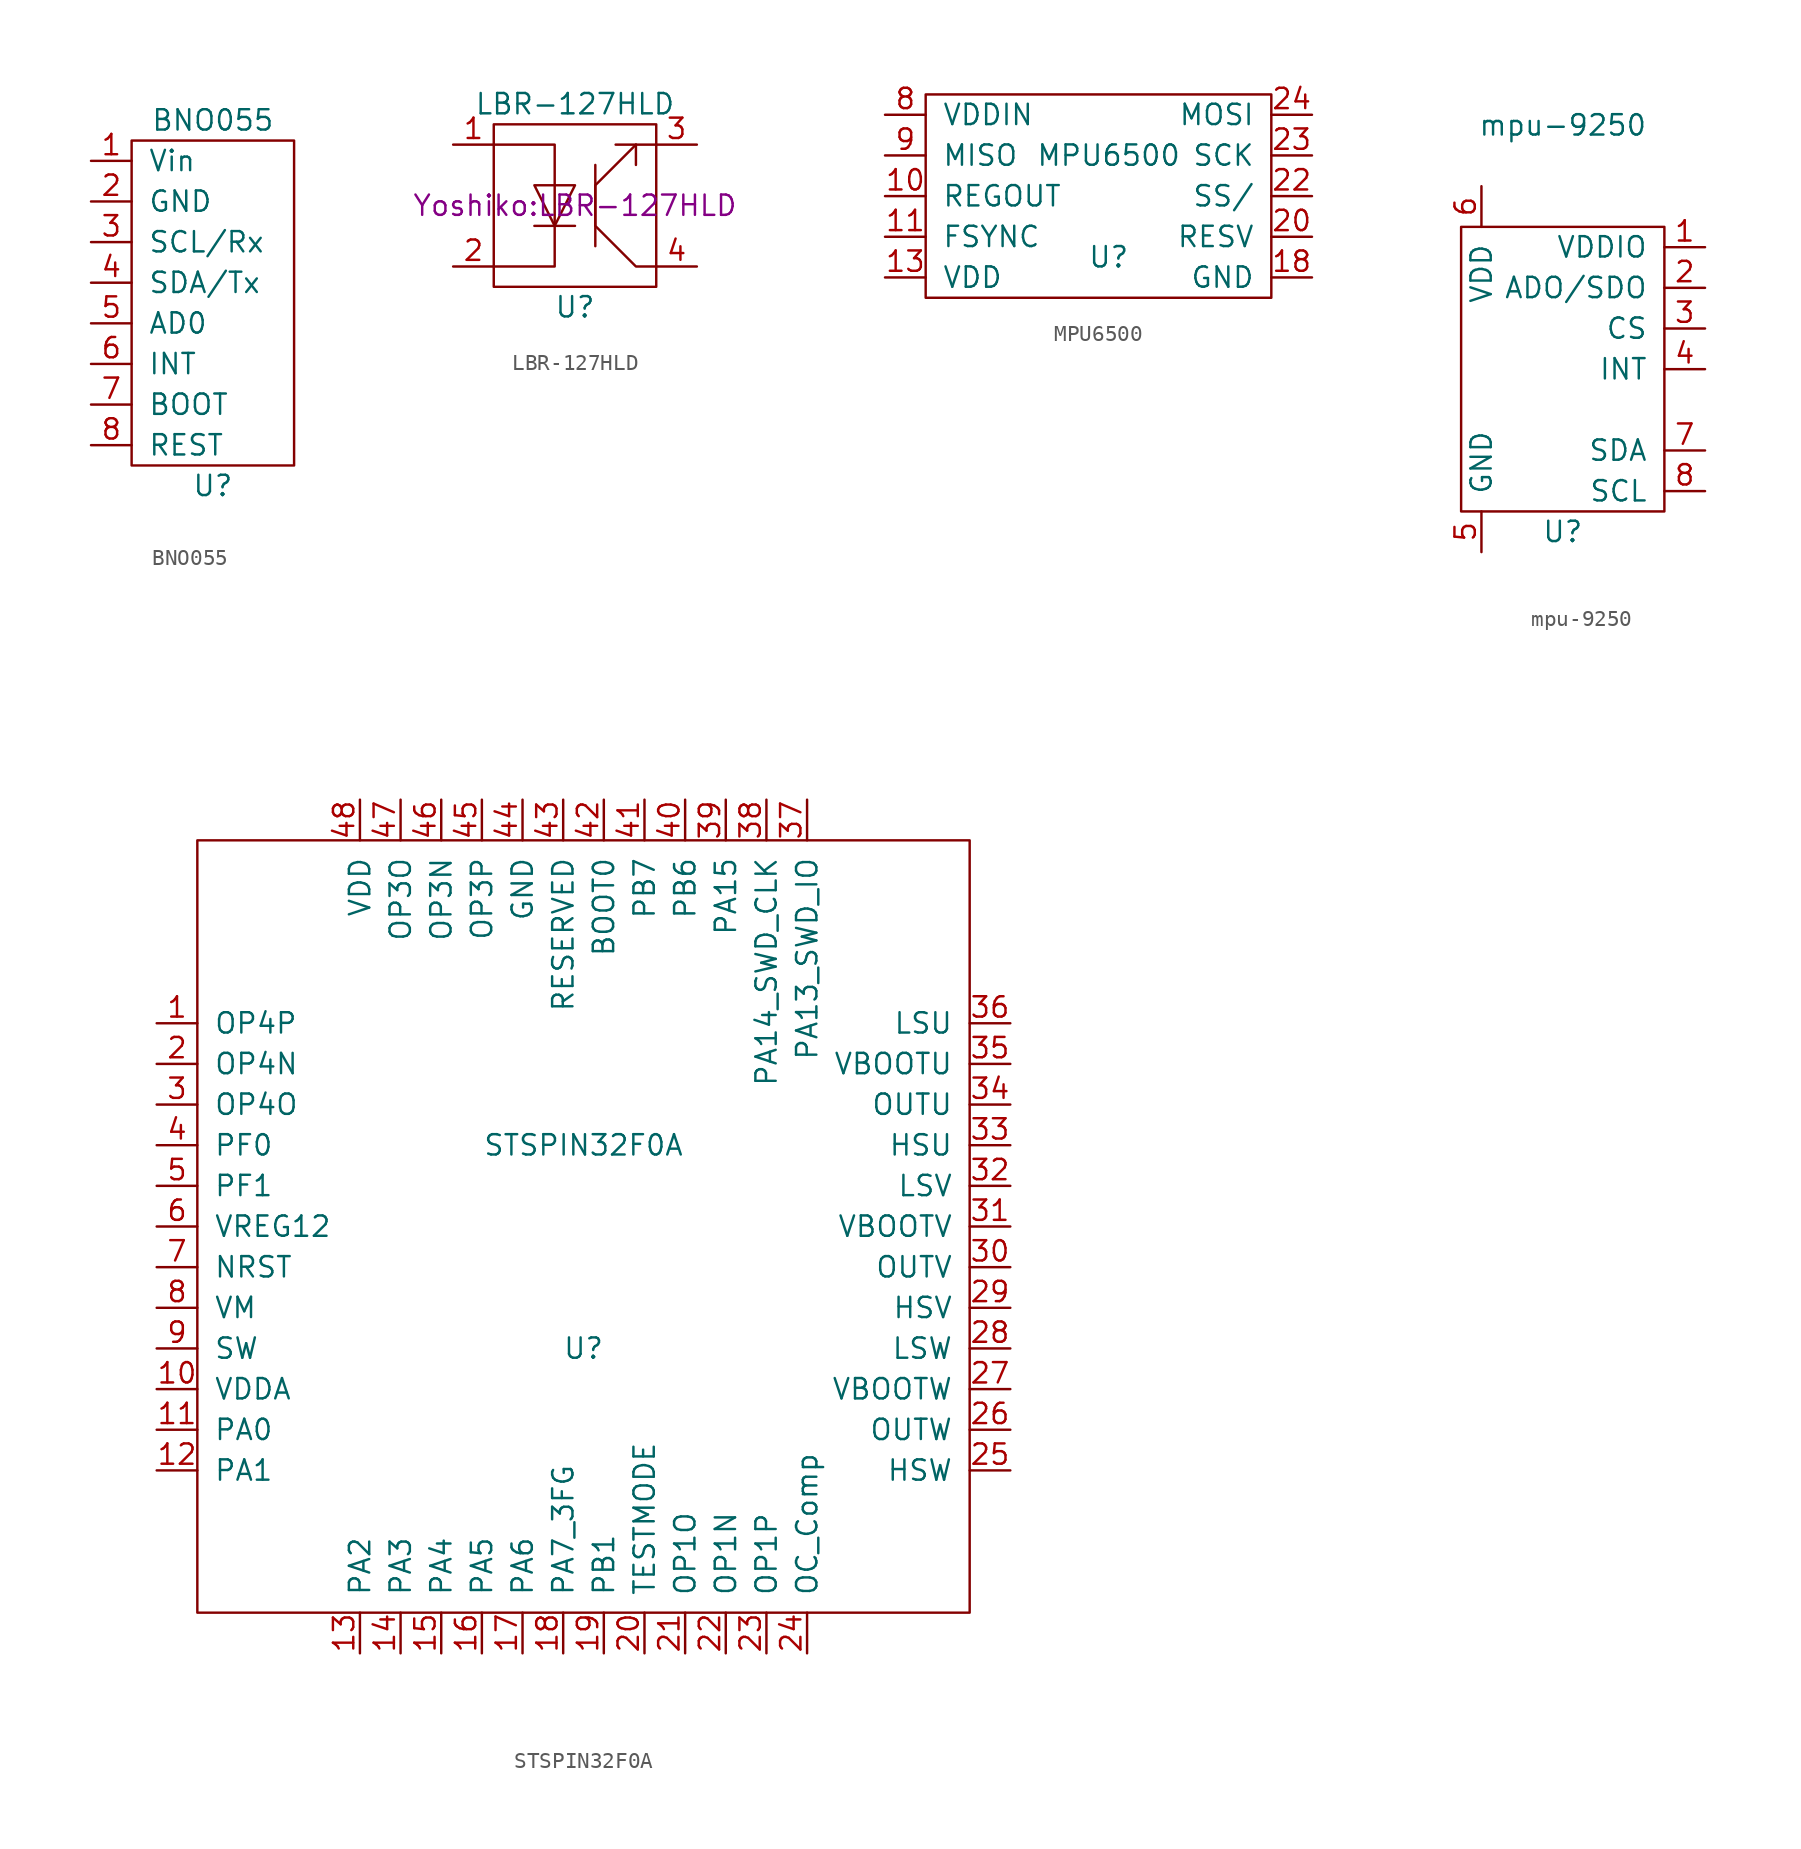
<source format=kicad_sym>
(kicad_symbol_lib
  (version 20211014)
  (generator kicad_symbol_editor)
  (symbol "BNO055"
    (pin_names
      (offset 1.016))
    (property "Reference" "U"
      (at 0 -11.43 0)
      (effects (font (size 1.27 1.27))))
    (property "Value" "BNO055"
      (at 0 11.43 0)
      (effects (font (size 1.27 1.27))))
    (symbol "BNO055_0_1"
      (rectangle (start -5.08 10.16) (end 5.08 -10.16) (stroke (width 0) (type default) (color 0 0 0 0)) (fill (type none))))
    (symbol "BNO055_1_1"
      (pin input line (at -7.62 8.89 0) (length 2.54) (name "Vin" (effects (font (size 1.27 1.27)))) (number "1" (effects (font (size 1.27 1.27)))))
      (pin input line (at -7.62 6.35 0) (length 2.54) (name "GND" (effects (font (size 1.27 1.27)))) (number "2" (effects (font (size 1.27 1.27)))))
      (pin input line (at -7.62 3.81 0) (length 2.54) (name "SCL/Rx" (effects (font (size 1.27 1.27)))) (number "3" (effects (font (size 1.27 1.27)))))
      (pin input line (at -7.62 1.27 0) (length 2.54) (name "SDA/Tx" (effects (font (size 1.27 1.27)))) (number "4" (effects (font (size 1.27 1.27)))))
      (pin input line (at -7.62 -1.27 0) (length 2.54) (name "AD0" (effects (font (size 1.27 1.27)))) (number "5" (effects (font (size 1.27 1.27)))))
      (pin input line (at -7.62 -3.81 0) (length 2.54) (name "INT" (effects (font (size 1.27 1.27)))) (number "6" (effects (font (size 1.27 1.27)))))
      (pin input line (at -7.62 -6.35 0) (length 2.54) (name "BOOT" (effects (font (size 1.27 1.27)))) (number "7" (effects (font (size 1.27 1.27)))))
      (pin input line (at -7.62 -8.89 0) (length 2.54) (name "REST" (effects (font (size 1.27 1.27)))) (number "8" (effects (font (size 1.27 1.27)))))))
  (symbol "LBR-127HLD"
    (pin_names
      (offset 1.016))
    (property "Reference" "U"
      (at 0 -6.35 0)
      (effects (font (size 1.27 1.27))))
    (property "Value" "LBR-127HLD"
      (at 0 6.35 0)
      (effects (font (size 1.27 1.27))))
    (property "Footprint" "Yoshiko:LBR-127HLD"
      (at 0 0 0)
      (effects (font (size 1.27 1.27))))
    (symbol "LBR-127HLD_0_1"
      (rectangle (start -5.08 5.08) (end 5.08 -5.08) (stroke (width 0) (type default) (color 0 0 0 0)) (fill (type none)))
      (polyline (pts (xy -2.54 -1.27) (xy 0 -1.27)) (stroke (width 0) (type default) (color 0 0 0 0)) (fill (type none)))
      (polyline (pts (xy 1.27 2.54) (xy 1.27 -2.54)) (stroke (width 0) (type default) (color 0 0 0 0)) (fill (type none)))
      (polyline (pts (xy 2.54 3.81) (xy 3.81 3.81)) (stroke (width 0) (type default) (color 0 0 0 0)) (fill (type none)))
      (polyline (pts (xy 3.81 3.81) (xy 3.81 2.54)) (stroke (width 0) (type default) (color 0 0 0 0)) (fill (type none)))
      (polyline (pts (xy -5.08 3.81) (xy -1.27 3.81) (xy -1.27 -3.81) (xy -5.08 -3.81)) (stroke (width 0) (type default) (color 0 0 0 0)) (fill (type none)))
      (polyline (pts (xy -2.54 1.27) (xy 0 1.27) (xy -1.27 -1.27) (xy -2.54 1.27) (xy -1.27 -1.27)) (stroke (width 0) (type default) (color 0 0 0 0)) (fill (type none)))
      (polyline (pts (xy 5.08 3.81) (xy 3.81 3.81) (xy 1.27 1.27) (xy 1.27 -1.27) (xy 3.81 -3.81) (xy 5.08 -3.81)) (stroke (width 0) (type default) (color 0 0 0 0)) (fill (type none))))
    (symbol "LBR-127HLD_1_1"
      (pin input line (at -7.62 3.81 0) (length 2.54) (name "~" (effects (font (size 1.27 1.27)))) (number "1" (effects (font (size 1.27 1.27)))))
      (pin input line (at -7.62 -3.81 0) (length 2.54) (name "~" (effects (font (size 1.27 1.27)))) (number "2" (effects (font (size 1.27 1.27)))))
      (pin input line (at 7.62 3.81 180) (length 2.54) (name "~" (effects (font (size 1.27 1.27)))) (number "3" (effects (font (size 1.27 1.27)))))
      (pin input line (at 7.62 -3.81 180) (length 2.54) (name "~" (effects (font (size 1.27 1.27)))) (number "4" (effects (font (size 1.27 1.27)))))))
  (symbol "MPU6500"
    (pin_names
      (offset 1.016))
    (property "Reference" "U"
      (at 0 -3.81 0)
      (effects (font (size 1.27 1.27))))
    (property "Value" "MPU6500"
      (at 0 2.54 0)
      (effects (font (size 1.27 1.27))))
    (symbol "MPU6500_0_1"
      (rectangle (start 10.16 6.35) (end -11.43 -6.35) (stroke (width 0) (type default) (color 0 0 0 0)) (fill (type none))))
    (symbol "MPU6500_1_1"
      (pin input line (at -13.97 0 0) (length 2.54) (name "REGOUT" (effects (font (size 1.27 1.27)))) (number "10" (effects (font (size 1.27 1.27)))))
      (pin input line (at -13.97 -2.54 0) (length 2.54) (name "FSYNC" (effects (font (size 1.27 1.27)))) (number "11" (effects (font (size 1.27 1.27)))))
      (pin input line (at -13.97 -5.08 0) (length 2.54) (name "VDD" (effects (font (size 1.27 1.27)))) (number "13" (effects (font (size 1.27 1.27)))))
      (pin input line (at 12.7 -5.08 180) (length 2.54) (name "GND" (effects (font (size 1.27 1.27)))) (number "18" (effects (font (size 1.27 1.27)))))
      (pin input line (at 12.7 -2.54 180) (length 2.54) (name "RESV" (effects (font (size 1.27 1.27)))) (number "20" (effects (font (size 1.27 1.27)))))
      (pin input line (at 12.7 0 180) (length 2.54) (name "SS/" (effects (font (size 1.27 1.27)))) (number "22" (effects (font (size 1.27 1.27)))))
      (pin input line (at 12.7 2.54 180) (length 2.54) (name "SCK" (effects (font (size 1.27 1.27)))) (number "23" (effects (font (size 1.27 1.27)))))
      (pin input line (at 12.7 5.08 180) (length 2.54) (name "MOSI" (effects (font (size 1.27 1.27)))) (number "24" (effects (font (size 1.27 1.27)))))
      (pin input line (at -13.97 5.08 0) (length 2.54) (name "VDDIN" (effects (font (size 1.27 1.27)))) (number "8" (effects (font (size 1.27 1.27)))))
      (pin input line (at -13.97 2.54 0) (length 2.54) (name "MISO" (effects (font (size 1.27 1.27)))) (number "9" (effects (font (size 1.27 1.27)))))))
  (symbol "mpu-9250"
    (pin_names
      (offset 1.016))
    (property "Reference" "U"
      (at 0 -10.16 0)
      (effects (font (size 1.27 1.27))))
    (property "Value" "mpu-9250"
      (at 0 15.24 0)
      (effects (font (size 1.27 1.27))))
    (symbol "mpu-9250_0_1"
      (rectangle (start -6.35 -8.89) (end 6.35 8.89) (stroke (width 0) (type default) (color 0 0 0 0)) (fill (type none))))
    (symbol "mpu-9250_1_1"
      (pin input line (at 8.89 7.62 180) (length 2.54) (name "VDDIO" (effects (font (size 1.27 1.27)))) (number "1" (effects (font (size 1.27 1.27)))))
      (pin input line (at 8.89 5.08 180) (length 2.54) (name "ADO/SDO" (effects (font (size 1.27 1.27)))) (number "2" (effects (font (size 1.27 1.27)))))
      (pin input line (at 8.89 2.54 180) (length 2.54) (name "CS" (effects (font (size 1.27 1.27)))) (number "3" (effects (font (size 1.27 1.27)))))
      (pin input line (at 8.89 0 180) (length 2.54) (name "INT" (effects (font (size 1.27 1.27)))) (number "4" (effects (font (size 1.27 1.27)))))
      (pin input line (at -5.08 -11.43 90) (length 2.54) (name "GND" (effects (font (size 1.27 1.27)))) (number "5" (effects (font (size 1.27 1.27)))))
      (pin input line (at -5.08 11.43 270) (length 2.54) (name "VDD" (effects (font (size 1.27 1.27)))) (number "6" (effects (font (size 1.27 1.27)))))
      (pin input line (at 8.89 -5.08 180) (length 2.54) (name "SDA" (effects (font (size 1.27 1.27)))) (number "7" (effects (font (size 1.27 1.27)))))
      (pin input line (at 8.89 -7.62 180) (length 2.54) (name "SCL" (effects (font (size 1.27 1.27)))) (number "8" (effects (font (size 1.27 1.27)))))))
  (symbol "STSPIN32F0A"
    (pin_names
      (offset 1.016))
    (property "Reference" "U"
      (at 0 -6.35 0)
      (effects (font (size 1.27 1.27))))
    (property "Value" "STSPIN32F0A"
      (at 0 6.35 0)
      (effects (font (size 1.27 1.27))))
    (symbol "STSPIN32F0A_0_1"
      (rectangle (start -24.13 25.4) (end 24.13 -22.86) (stroke (width 0) (type default) (color 0 0 0 0)) (fill (type none))))
    (symbol "STSPIN32F0A_1_1"
      (pin input line (at -26.67 13.97 0) (length 2.54) (name "OP4P" (effects (font (size 1.27 1.27)))) (number "1" (effects (font (size 1.27 1.27)))))
      (pin input line (at -26.67 -8.89 0) (length 2.54) (name "VDDA" (effects (font (size 1.27 1.27)))) (number "10" (effects (font (size 1.27 1.27)))))
      (pin input line (at -26.67 -11.43 0) (length 2.54) (name "PA0" (effects (font (size 1.27 1.27)))) (number "11" (effects (font (size 1.27 1.27)))))
      (pin input line (at -26.67 -13.97 0) (length 2.54) (name "PA1" (effects (font (size 1.27 1.27)))) (number "12" (effects (font (size 1.27 1.27)))))
      (pin input line (at -13.97 -25.4 90) (length 2.54) (name "PA2" (effects (font (size 1.27 1.27)))) (number "13" (effects (font (size 1.27 1.27)))))
      (pin input line (at -11.43 -25.4 90) (length 2.54) (name "PA3" (effects (font (size 1.27 1.27)))) (number "14" (effects (font (size 1.27 1.27)))))
      (pin input line (at -8.89 -25.4 90) (length 2.54) (name "PA4" (effects (font (size 1.27 1.27)))) (number "15" (effects (font (size 1.27 1.27)))))
      (pin input line (at -6.35 -25.4 90) (length 2.54) (name "PA5" (effects (font (size 1.27 1.27)))) (number "16" (effects (font (size 1.27 1.27)))))
      (pin input line (at -3.81 -25.4 90) (length 2.54) (name "PA6" (effects (font (size 1.27 1.27)))) (number "17" (effects (font (size 1.27 1.27)))))
      (pin input line (at -1.27 -25.4 90) (length 2.54) (name "PA7_3FG" (effects (font (size 1.27 1.27)))) (number "18" (effects (font (size 1.27 1.27)))))
      (pin input line (at 1.27 -25.4 90) (length 2.54) (name "PB1" (effects (font (size 1.27 1.27)))) (number "19" (effects (font (size 1.27 1.27)))))
      (pin input line (at -26.67 11.43 0) (length 2.54) (name "OP4N" (effects (font (size 1.27 1.27)))) (number "2" (effects (font (size 1.27 1.27)))))
      (pin input line (at 3.81 -25.4 90) (length 2.54) (name "TESTMODE" (effects (font (size 1.27 1.27)))) (number "20" (effects (font (size 1.27 1.27)))))
      (pin input line (at 6.35 -25.4 90) (length 2.54) (name "OP1O" (effects (font (size 1.27 1.27)))) (number "21" (effects (font (size 1.27 1.27)))))
      (pin input line (at 8.89 -25.4 90) (length 2.54) (name "OP1N" (effects (font (size 1.27 1.27)))) (number "22" (effects (font (size 1.27 1.27)))))
      (pin input line (at 11.43 -25.4 90) (length 2.54) (name "OP1P" (effects (font (size 1.27 1.27)))) (number "23" (effects (font (size 1.27 1.27)))))
      (pin input line (at 13.97 -25.4 90) (length 2.54) (name "OC_Comp" (effects (font (size 1.27 1.27)))) (number "24" (effects (font (size 1.27 1.27)))))
      (pin input line (at 26.67 -13.97 180) (length 2.54) (name "HSW" (effects (font (size 1.27 1.27)))) (number "25" (effects (font (size 1.27 1.27)))))
      (pin input line (at 26.67 -11.43 180) (length 2.54) (name "OUTW" (effects (font (size 1.27 1.27)))) (number "26" (effects (font (size 1.27 1.27)))))
      (pin input line (at 26.67 -8.89 180) (length 2.54) (name "VBOOTW" (effects (font (size 1.27 1.27)))) (number "27" (effects (font (size 1.27 1.27)))))
      (pin input line (at 26.67 -6.35 180) (length 2.54) (name "LSW" (effects (font (size 1.27 1.27)))) (number "28" (effects (font (size 1.27 1.27)))))
      (pin input line (at 26.67 -3.81 180) (length 2.54) (name "HSV" (effects (font (size 1.27 1.27)))) (number "29" (effects (font (size 1.27 1.27)))))
      (pin input line (at -26.67 8.89 0) (length 2.54) (name "OP4O" (effects (font (size 1.27 1.27)))) (number "3" (effects (font (size 1.27 1.27)))))
      (pin input line (at 26.67 -1.27 180) (length 2.54) (name "OUTV" (effects (font (size 1.27 1.27)))) (number "30" (effects (font (size 1.27 1.27)))))
      (pin input line (at 26.67 1.27 180) (length 2.54) (name "VBOOTV" (effects (font (size 1.27 1.27)))) (number "31" (effects (font (size 1.27 1.27)))))
      (pin input line (at 26.67 3.81 180) (length 2.54) (name "LSV" (effects (font (size 1.27 1.27)))) (number "32" (effects (font (size 1.27 1.27)))))
      (pin input line (at 26.67 6.35 180) (length 2.54) (name "HSU" (effects (font (size 1.27 1.27)))) (number "33" (effects (font (size 1.27 1.27)))))
      (pin input line (at 26.67 8.89 180) (length 2.54) (name "OUTU" (effects (font (size 1.27 1.27)))) (number "34" (effects (font (size 1.27 1.27)))))
      (pin input line (at 26.67 11.43 180) (length 2.54) (name "VBOOTU" (effects (font (size 1.27 1.27)))) (number "35" (effects (font (size 1.27 1.27)))))
      (pin input line (at 26.67 13.97 180) (length 2.54) (name "LSU" (effects (font (size 1.27 1.27)))) (number "36" (effects (font (size 1.27 1.27)))))
      (pin input line (at 13.97 27.94 270) (length 2.54) (name "PA13_SWD_IO" (effects (font (size 1.27 1.27)))) (number "37" (effects (font (size 1.27 1.27)))))
      (pin input line (at 11.43 27.94 270) (length 2.54) (name "PA14_SWD_CLK" (effects (font (size 1.27 1.27)))) (number "38" (effects (font (size 1.27 1.27)))))
      (pin input line (at 8.89 27.94 270) (length 2.54) (name "PA15" (effects (font (size 1.27 1.27)))) (number "39" (effects (font (size 1.27 1.27)))))
      (pin input line (at -26.67 6.35 0) (length 2.54) (name "PF0" (effects (font (size 1.27 1.27)))) (number "4" (effects (font (size 1.27 1.27)))))
      (pin input line (at 6.35 27.94 270) (length 2.54) (name "PB6" (effects (font (size 1.27 1.27)))) (number "40" (effects (font (size 1.27 1.27)))))
      (pin input line (at 3.81 27.94 270) (length 2.54) (name "PB7" (effects (font (size 1.27 1.27)))) (number "41" (effects (font (size 1.27 1.27)))))
      (pin input line (at 1.27 27.94 270) (length 2.54) (name "BOOT0" (effects (font (size 1.27 1.27)))) (number "42" (effects (font (size 1.27 1.27)))))
      (pin input line (at -1.27 27.94 270) (length 2.54) (name "RESERVED" (effects (font (size 1.27 1.27)))) (number "43" (effects (font (size 1.27 1.27)))))
      (pin input line (at -3.81 27.94 270) (length 2.54) (name "GND" (effects (font (size 1.27 1.27)))) (number "44" (effects (font (size 1.27 1.27)))))
      (pin input line (at -6.35 27.94 270) (length 2.54) (name "OP3P" (effects (font (size 1.27 1.27)))) (number "45" (effects (font (size 1.27 1.27)))))
      (pin input line (at -8.89 27.94 270) (length 2.54) (name "OP3N" (effects (font (size 1.27 1.27)))) (number "46" (effects (font (size 1.27 1.27)))))
      (pin input line (at -11.43 27.94 270) (length 2.54) (name "OP3O" (effects (font (size 1.27 1.27)))) (number "47" (effects (font (size 1.27 1.27)))))
      (pin input line (at -13.97 27.94 270) (length 2.54) (name "VDD" (effects (font (size 1.27 1.27)))) (number "48" (effects (font (size 1.27 1.27)))))
      (pin input line (at -26.67 3.81 0) (length 2.54) (name "PF1" (effects (font (size 1.27 1.27)))) (number "5" (effects (font (size 1.27 1.27)))))
      (pin input line (at -26.67 1.27 0) (length 2.54) (name "VREG12" (effects (font (size 1.27 1.27)))) (number "6" (effects (font (size 1.27 1.27)))))
      (pin input line (at -26.67 -1.27 0) (length 2.54) (name "NRST" (effects (font (size 1.27 1.27)))) (number "7" (effects (font (size 1.27 1.27)))))
      (pin input line (at -26.67 -3.81 0) (length 2.54) (name "VM" (effects (font (size 1.27 1.27)))) (number "8" (effects (font (size 1.27 1.27)))))
      (pin input line (at -26.67 -6.35 0) (length 2.54) (name "SW" (effects (font (size 1.27 1.27)))) (number "9" (effects (font (size 1.27 1.27))))))))
</source>
